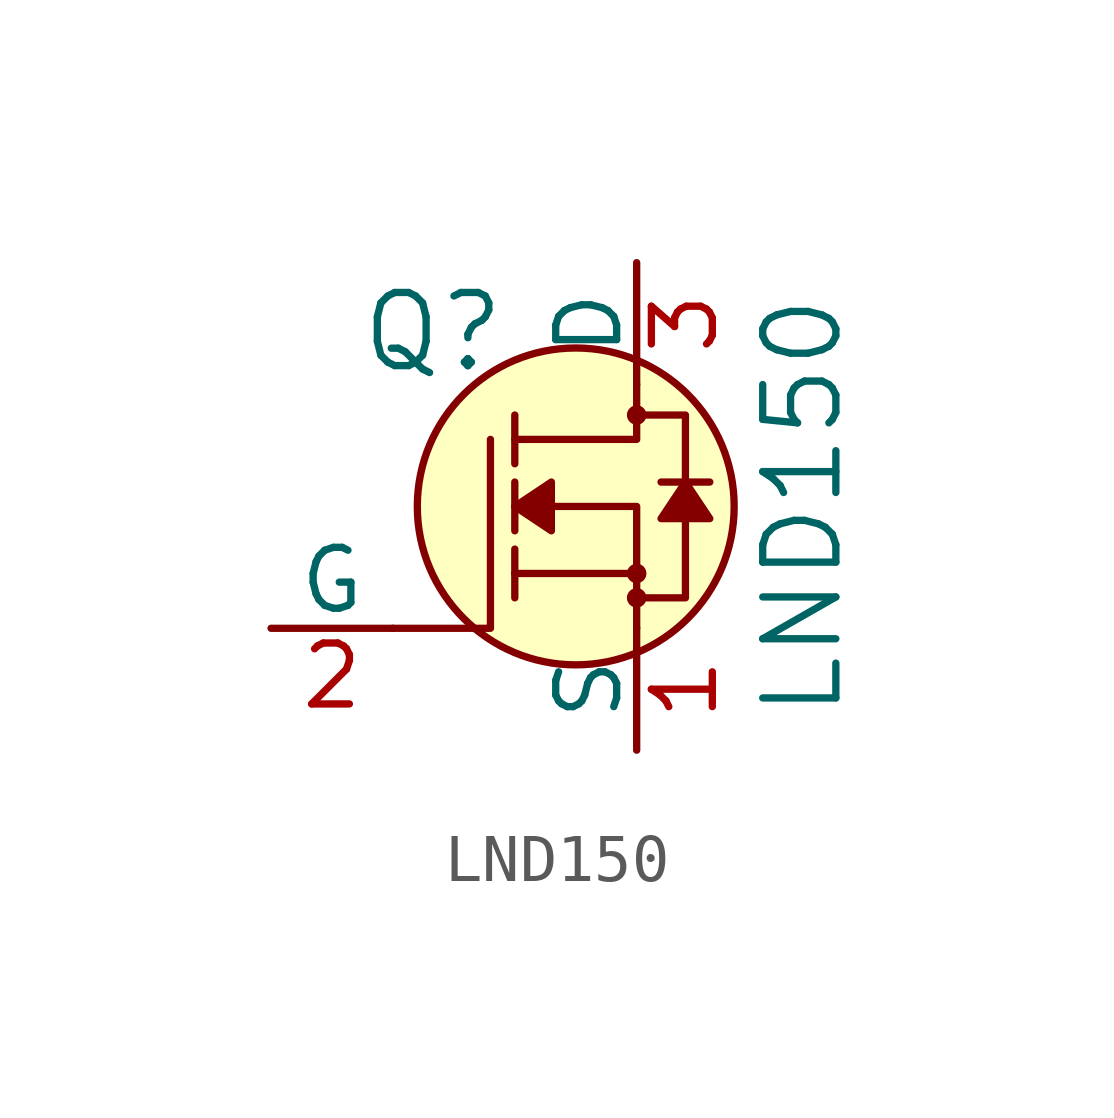
<source format=kicad_sym>
(kicad_symbol_lib
  (version 20211014)
  (generator kicad_symbol_editor)
  (symbol "LND150"
    (pin_names
      (offset 0))
    (property "Reference" "Q"
      (at -2.692 3.632 0)
      (effects (font (size 1.524 1.524)) (justify right)))
    (property "Value" "LND150"
      (at 3.454 0 90)
      (effects (font (size 1.524 1.524))))
    (symbol "LND150_0_1"
      (circle (center -1.27 0) (radius 3.302) (stroke (width 0) (type default) (color 0 0 0 0)) (fill (type background)))
      (circle (center 0 -1.905) (radius 0.127) (stroke (width 0) (type default) (color 0 0 0 0)) (fill (type none)))
      (circle (center 0 -1.397) (radius 0.127) (stroke (width 0) (type default) (color 0 0 0 0)) (fill (type none)))
      (polyline (pts (xy 0 -1.397) (xy -2.54 -1.397)) (stroke (width 0) (type default) (color 0 0 0 0)) (fill (type none)))
      (polyline (pts (xy -5.08 -2.54) (xy -3.048 -2.54) (xy -3.048 1.397)) (stroke (width 0) (type default) (color 0 0 0 0)) (fill (type none)))
      (polyline (pts (xy 0 -2.54) (xy 0 0) (xy -2.54 0)) (stroke (width 0) (type default) (color 0 0 0 0)) (fill (type none)))
      (polyline (pts (xy 0 2.54) (xy 0 1.397) (xy -2.54 1.397)) (stroke (width 0) (type default) (color 0 0 0 0)) (fill (type none)))
      (polyline (pts (xy -0.127 -1.905) (xy 1.016 -1.905) (xy 1.016 1.397) (xy 1.016 1.905) (xy -0.127 1.905)) (stroke (width 0) (type default) (color 0 0 0 0)) (fill (type none)))
      (circle (center 0 1.905) (radius 0.127) (stroke (width 0) (type default) (color 0 0 0 0)) (fill (type none))))
    (symbol "LND150_1_1"
      (polyline (pts (xy -2.54 -1.397) (xy -2.54 -1.905)) (stroke (width 0) (type default) (color 0 0 0 0)) (fill (type none)))
      (polyline (pts (xy -2.54 -1.397) (xy -2.54 -0.889)) (stroke (width 0) (type default) (color 0 0 0 0)) (fill (type none)))
      (polyline (pts (xy -2.54 0) (xy -2.54 -0.508)) (stroke (width 0) (type default) (color 0 0 0 0)) (fill (type none)))
      (polyline (pts (xy -2.54 0) (xy -2.54 0.508)) (stroke (width 0) (type default) (color 0 0 0 0)) (fill (type none)))
      (polyline (pts (xy -2.54 1.905) (xy -2.54 0.889)) (stroke (width 0) (type default) (color 0 0 0 0)) (fill (type none)))
      (polyline (pts (xy 1.524 0.508) (xy 0.508 0.508)) (stroke (width 0) (type default) (color 0 0 0 0)) (fill (type none)))
      (polyline (pts (xy -2.54 0) (xy -1.778 0.508) (xy -1.778 -0.508) (xy -2.54 0)) (stroke (width 0) (type default) (color 0 0 0 0)) (fill (type outline)))
      (polyline (pts (xy 1.016 0.508) (xy 0.508 -0.254) (xy 1.524 -0.254) (xy 1.016 0.508)) (stroke (width 0) (type default) (color 0 0 0 0)) (fill (type outline)))
      (pin bidirectional line (at 0 -5.08 90) (length 2.54) (name "S" (effects (font (size 1.27 1.27)))) (number "1" (effects (font (size 1.27 1.27)))))
      (pin bidirectional line (at -7.62 -2.54 0) (length 2.54) (name "G" (effects (font (size 1.27 1.27)))) (number "2" (effects (font (size 1.27 1.27)))))
      (pin bidirectional line (at 0 5.08 270) (length 2.54) (name "D" (effects (font (size 1.27 1.27)))) (number "3" (effects (font (size 1.27 1.27))))))))
</source>
